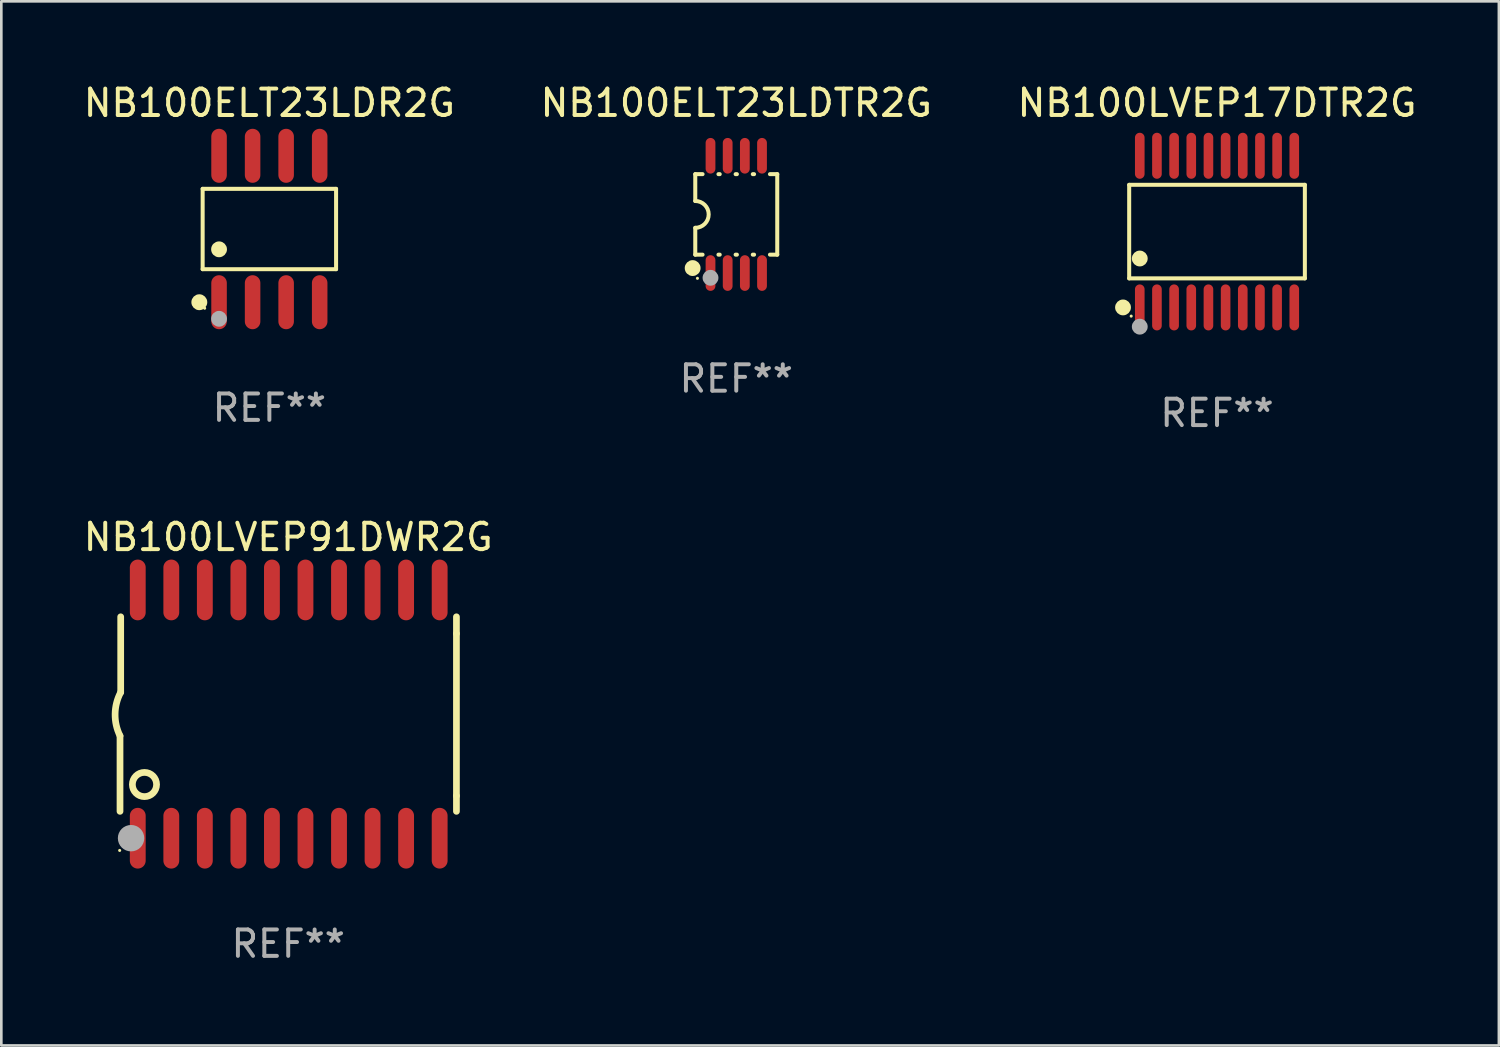
<source format=kicad_pcb>
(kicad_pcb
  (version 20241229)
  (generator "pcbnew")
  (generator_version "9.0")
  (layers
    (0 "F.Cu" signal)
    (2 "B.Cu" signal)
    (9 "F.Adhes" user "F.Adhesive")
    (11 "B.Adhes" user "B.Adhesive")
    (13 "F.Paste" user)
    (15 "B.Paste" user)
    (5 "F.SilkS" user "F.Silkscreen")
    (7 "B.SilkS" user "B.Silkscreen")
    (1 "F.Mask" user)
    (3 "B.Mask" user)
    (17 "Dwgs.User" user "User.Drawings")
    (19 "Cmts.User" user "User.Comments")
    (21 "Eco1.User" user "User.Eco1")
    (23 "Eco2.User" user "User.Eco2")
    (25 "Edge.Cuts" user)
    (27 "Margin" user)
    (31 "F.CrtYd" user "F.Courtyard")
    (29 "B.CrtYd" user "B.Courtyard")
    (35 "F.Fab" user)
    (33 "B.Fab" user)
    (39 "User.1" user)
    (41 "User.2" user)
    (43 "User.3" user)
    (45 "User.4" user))
  (footprint "NB100ELT23LDTR2G"
    (layer "F.Cu")
    (at 24.827 5.068)
    (property "Reference" "NB100ELT23LDTR2G" (at 0 -4.22 0) (layer "F.SilkS") (effects (font (size 1 1) (thickness 0.15))))
    (attr through_hole)
    (fp_line (start -1.552 -1.524) (end -1.276 -1.524) (stroke (width 0.152) (type solid)) (layer "F.SilkS"))
    (fp_line (start -1.552 -0.508) (end -1.552 -1.524) (stroke (width 0.152) (type solid)) (layer "F.SilkS"))
    (fp_line (start -1.552 1.524) (end -1.552 0.508) (stroke (width 0.152) (type solid)) (layer "F.SilkS"))
    (fp_line (start -1.552 1.524) (end -1.276 1.524) (stroke (width 0.152) (type solid)) (layer "F.SilkS"))
    (fp_line (start -0.674 -1.524) (end -0.626 -1.524) (stroke (width 0.152) (type solid)) (layer "F.SilkS"))
    (fp_line (start -0.674 1.524) (end -0.626 1.524) (stroke (width 0.152) (type solid)) (layer "F.SilkS"))
    (fp_line (start -0.024 -1.524) (end 0.024 -1.524) (stroke (width 0.152) (type solid)) (layer "F.SilkS"))
    (fp_line (start -0.024 1.524) (end 0.024 1.524) (stroke (width 0.152) (type solid)) (layer "F.SilkS"))
    (fp_line (start 0.626 -1.524) (end 0.674 -1.524) (stroke (width 0.152) (type solid)) (layer "F.SilkS"))
    (fp_line (start 0.626 1.524) (end 0.674 1.524) (stroke (width 0.152) (type solid)) (layer "F.SilkS"))
    (fp_line (start 1.276 1.524) (end 1.552 1.524) (stroke (width 0.152) (type solid)) (layer "F.SilkS"))
    (fp_line (start 1.276 -1.524) (end 1.552 -1.524) (stroke (width 0.152) (type solid)) (layer "F.SilkS"))
    (fp_line (start 1.552 -1.524) (end 1.552 1.524) (stroke (width 0.152) (type solid)) (layer "F.SilkS"))
    (fp_arc (start -1.551943 -0.508001) (mid -1.043942 0) (end -1.551943 0.508001) (stroke (width 0.151994) (type solid)) (layer "F.SilkS"))
    (fp_circle (center -1.651 2.032) (end -1.501 2.032) (stroke (width 0.3) (type solid)) (fill no) (layer "F.SilkS"))
    (fp_circle (center -1.47 2.42) (end -1.44 2.42) (stroke (width 0.06) (type solid)) (fill no) (layer "F.SilkS"))
    (fp_circle (center -0.975 2.4) (end -0.825 2.4) (stroke (width 0.3) (type solid)) (fill no) (layer "F.Fab"))
    (fp_text user "REF**" (at 0 6.22 0) (layer "F.Fab") (effects (font (size 1 1) (thickness 0.15))))
    (pad "1" smd oval (at -0.975 2.22) (size 0.37 1.35) (layers "F.Cu" "F.Mask" "F.Paste"))
    (pad "2" smd oval (at -0.325 2.22) (size 0.37 1.35) (layers "F.Cu" "F.Mask" "F.Paste"))
    (pad "3" smd oval (at 0.325 2.22) (size 0.37 1.35) (layers "F.Cu" "F.Mask" "F.Paste"))
    (pad "4" smd oval (at 0.975 2.22) (size 0.37 1.35) (layers "F.Cu" "F.Mask" "F.Paste"))
    (pad "5" smd oval (at 0.975 -2.22) (size 0.37 1.35) (layers "F.Cu" "F.Mask" "F.Paste"))
    (pad "6" smd oval (at 0.325 -2.22) (size 0.37 1.35) (layers "F.Cu" "F.Mask" "F.Paste"))
    (pad "7" smd oval (at -0.325 -2.22) (size 0.37 1.35) (layers "F.Cu" "F.Mask" "F.Paste"))
    (pad "8" smd oval (at -0.975 -2.22) (size 0.37 1.35) (layers "F.Cu" "F.Mask" "F.Paste")))
  (footprint "NB100LVEP17DTR2G"
    (layer "F.Cu")
    (at 43.03 5.719)
    (property "Reference" "NB100LVEP17DTR2G" (at 0 -4.871 0) (layer "F.SilkS") (effects (font (size 1 1) (thickness 0.15))))
    (attr through_hole)
    (fp_line (start -3.326 -1.771) (end 3.326 -1.771) (stroke (width 0.152) (type solid)) (layer "F.SilkS"))
    (fp_line (start -3.326 1.771) (end -3.326 -1.771) (stroke (width 0.152) (type solid)) (layer "F.SilkS"))
    (fp_line (start 3.326 -1.771) (end 3.326 1.771) (stroke (width 0.152) (type solid)) (layer "F.SilkS"))
    (fp_line (start 3.326 1.771) (end -3.326 1.771) (stroke (width 0.152) (type solid)) (layer "F.SilkS"))
    (fp_circle (center -3.559 2.871) (end -3.409 2.871) (stroke (width 0.3) (type solid)) (fill no) (layer "F.SilkS"))
    (fp_circle (center -3.25 3.2) (end -3.22 3.2) (stroke (width 0.06) (type solid)) (fill no) (layer "F.SilkS"))
    (fp_circle (center -2.925 1.019) (end -2.775 1.019) (stroke (width 0.3) (type solid)) (fill no) (layer "F.SilkS"))
    (fp_circle (center -2.925 3.6) (end -2.775 3.6) (stroke (width 0.3) (type solid)) (fill no) (layer "F.Fab"))
    (fp_text user "REF**" (at 0 6.871 0) (layer "F.Fab") (effects (font (size 1 1) (thickness 0.15))))
    (pad "1" smd oval (at -2.925 2.871) (size 0.364 1.742) (layers "F.Cu" "F.Mask" "F.Paste"))
    (pad "2" smd oval (at -2.275 2.871) (size 0.364 1.742) (layers "F.Cu" "F.Mask" "F.Paste"))
    (pad "3" smd oval (at -1.625 2.871) (size 0.364 1.742) (layers "F.Cu" "F.Mask" "F.Paste"))
    (pad "4" smd oval (at -0.975 2.871) (size 0.364 1.742) (layers "F.Cu" "F.Mask" "F.Paste"))
    (pad "5" smd oval (at -0.325 2.871) (size 0.364 1.742) (layers "F.Cu" "F.Mask" "F.Paste"))
    (pad "6" smd oval (at 0.325 2.871) (size 0.364 1.742) (layers "F.Cu" "F.Mask" "F.Paste"))
    (pad "7" smd oval (at 0.975 2.871) (size 0.364 1.742) (layers "F.Cu" "F.Mask" "F.Paste"))
    (pad "8" smd oval (at 1.625 2.871) (size 0.364 1.742) (layers "F.Cu" "F.Mask" "F.Paste"))
    (pad "9" smd oval (at 2.275 2.871) (size 0.364 1.742) (layers "F.Cu" "F.Mask" "F.Paste"))
    (pad "10" smd oval (at 2.925 2.871) (size 0.364 1.742) (layers "F.Cu" "F.Mask" "F.Paste"))
    (pad "11" smd oval (at 2.925 -2.871) (size 0.364 1.742) (layers "F.Cu" "F.Mask" "F.Paste"))
    (pad "12" smd oval (at 2.275 -2.871) (size 0.364 1.742) (layers "F.Cu" "F.Mask" "F.Paste"))
    (pad "13" smd oval (at 1.625 -2.871) (size 0.364 1.742) (layers "F.Cu" "F.Mask" "F.Paste"))
    (pad "14" smd oval (at 0.975 -2.871) (size 0.364 1.742) (layers "F.Cu" "F.Mask" "F.Paste"))
    (pad "15" smd oval (at 0.325 -2.871) (size 0.364 1.742) (layers "F.Cu" "F.Mask" "F.Paste"))
    (pad "16" smd oval (at -0.325 -2.871) (size 0.364 1.742) (layers "F.Cu" "F.Mask" "F.Paste"))
    (pad "17" smd oval (at -0.975 -2.871) (size 0.364 1.742) (layers "F.Cu" "F.Mask" "F.Paste"))
    (pad "18" smd oval (at -1.625 -2.871) (size 0.364 1.742) (layers "F.Cu" "F.Mask" "F.Paste"))
    (pad "19" smd oval (at -2.275 -2.871) (size 0.364 1.742) (layers "F.Cu" "F.Mask" "F.Paste"))
    (pad "20" smd oval (at -2.925 -2.871) (size 0.364 1.742) (layers "F.Cu" "F.Mask" "F.Paste")))
  (footprint "NB100LVEP91DWR2G"
    (layer "F.Cu")
    (at 7.863 23.987)
    (property "Reference" "NB100LVEP91DWR2G" (at 0 -6.7 0) (layer "F.SilkS") (effects (font (size 1 1) (thickness 0.15))))
    (attr through_hole)
    (fp_line (start -6.369 0.826) (end -6.369 3.683) (stroke (width 0.254) (type solid)) (layer "F.SilkS"))
    (fp_line (start -6.343 -0.825) (end -6.343 -3.683) (stroke (width 0.254) (type solid)) (layer "F.SilkS"))
    (fp_line (start 6.369 -3.048) (end 6.369 -3.683) (stroke (width 0.254) (type solid)) (layer "F.SilkS"))
    (fp_line (start 6.369 -3.048) (end 6.369 3.096) (stroke (width 0.254) (type solid)) (layer "F.SilkS"))
    (fp_line (start 6.369 3.096) (end 6.369 3.683) (stroke (width 0.254) (type solid)) (layer "F.SilkS"))
    (fp_arc (start -6.36853 0.825552) (mid -6.554743 -0.00301) (end -6.343129 -0.825451) (stroke (width 0.254001) (type solid)) (layer "F.SilkS"))
    (fp_circle (center -6.382 5.163) (end -6.352 5.163) (stroke (width 0.06) (type solid)) (fill no) (layer "F.SilkS"))
    (fp_circle (center -5.443 2.667) (end -4.985 2.667) (stroke (width 0.254) (type solid)) (fill no) (layer "F.SilkS"))
    (fp_circle (center -5.951 4.699) (end -5.701 4.699) (stroke (width 0.5) (type solid)) (fill no) (layer "F.Fab"))
    (fp_text user "REF**" (at 0 8.7 0) (layer "F.Fab") (effects (font (size 1 1) (thickness 0.15))))
    (pad "1" smd oval (at -5.697 4.7 180) (size 0.6 2.3) (layers "F.Cu" "F.Mask" "F.Paste"))
    (pad "2" smd oval (at -4.427 4.7 180) (size 0.6 2.3) (layers "F.Cu" "F.Mask" "F.Paste"))
    (pad "3" smd oval (at -3.157 4.7 180) (size 0.6 2.3) (layers "F.Cu" "F.Mask" "F.Paste"))
    (pad "4" smd oval (at -1.887 4.7 180) (size 0.6 2.3) (layers "F.Cu" "F.Mask" "F.Paste"))
    (pad "5" smd oval (at -0.617 4.7 180) (size 0.6 2.3) (layers "F.Cu" "F.Mask" "F.Paste"))
    (pad "6" smd oval (at 0.653 4.7 180) (size 0.6 2.3) (layers "F.Cu" "F.Mask" "F.Paste"))
    (pad "7" smd oval (at 1.923 4.7 180) (size 0.6 2.3) (layers "F.Cu" "F.Mask" "F.Paste"))
    (pad "8" smd oval (at 3.193 4.7 180) (size 0.6 2.3) (layers "F.Cu" "F.Mask" "F.Paste"))
    (pad "9" smd oval (at 4.463 4.7 180) (size 0.6 2.3) (layers "F.Cu" "F.Mask" "F.Paste"))
    (pad "10" smd oval (at 5.734 4.7 180) (size 0.6 2.3) (layers "F.Cu" "F.Mask" "F.Paste"))
    (pad "11" smd oval (at 5.734 -4.7 180) (size 0.6 2.3) (layers "F.Cu" "F.Mask" "F.Paste"))
    (pad "12" smd oval (at 4.463 -4.7 180) (size 0.6 2.3) (layers "F.Cu" "F.Mask" "F.Paste"))
    (pad "13" smd oval (at 3.193 -4.7 180) (size 0.6 2.3) (layers "F.Cu" "F.Mask" "F.Paste"))
    (pad "14" smd oval (at 1.923 -4.7 180) (size 0.6 2.3) (layers "F.Cu" "F.Mask" "F.Paste"))
    (pad "15" smd oval (at 0.653 -4.7 180) (size 0.6 2.3) (layers "F.Cu" "F.Mask" "F.Paste"))
    (pad "16" smd oval (at -0.617 -4.7 180) (size 0.6 2.3) (layers "F.Cu" "F.Mask" "F.Paste"))
    (pad "17" smd oval (at -1.887 -4.7 180) (size 0.6 2.3) (layers "F.Cu" "F.Mask" "F.Paste"))
    (pad "18" smd oval (at -3.157 -4.7 180) (size 0.6 2.3) (layers "F.Cu" "F.Mask" "F.Paste"))
    (pad "19" smd oval (at -4.427 -4.7 180) (size 0.6 2.3) (layers "F.Cu" "F.Mask" "F.Paste"))
    (pad "20" smd oval (at -5.697 -4.7 180) (size 0.6 2.3) (layers "F.Cu" "F.Mask" "F.Paste")))
  (footprint "NB100ELT23LDR2G"
    (layer "F.Cu")
    (at 7.149 5.621)
    (property "Reference" "NB100ELT23LDR2G" (at 0 -4.772 0) (layer "F.SilkS") (effects (font (size 1 1) (thickness 0.15))))
    (attr through_hole)
    (fp_line (start -2.526 -1.521) (end 2.526 -1.521) (stroke (width 0.152) (type solid)) (layer "F.SilkS"))
    (fp_line (start -2.526 1.521) (end -2.526 -1.521) (stroke (width 0.152) (type solid)) (layer "F.SilkS"))
    (fp_line (start 2.526 -1.521) (end 2.526 1.521) (stroke (width 0.152) (type solid)) (layer "F.SilkS"))
    (fp_line (start 2.526 1.521) (end -2.526 1.521) (stroke (width 0.152) (type solid)) (layer "F.SilkS"))
    (fp_circle (center -2.652 2.772) (end -2.501 2.772) (stroke (width 0.3) (type solid)) (fill no) (layer "F.SilkS"))
    (fp_circle (center -2.45 3) (end -2.42 3) (stroke (width 0.06) (type solid)) (fill no) (layer "F.SilkS"))
    (fp_circle (center -1.905 0.769) (end -1.755 0.769) (stroke (width 0.3) (type solid)) (fill no) (layer "F.SilkS"))
    (fp_circle (center -1.905 3.4) (end -1.755 3.4) (stroke (width 0.3) (type solid)) (fill no) (layer "F.Fab"))
    (fp_text user "REF**" (at 0 6.772 0) (layer "F.Fab") (effects (font (size 1 1) (thickness 0.15))))
    (pad "1" smd oval (at -1.905 2.772) (size 0.588 2.045) (layers "F.Cu" "F.Mask" "F.Paste"))
    (pad "2" smd oval (at -0.635 2.772) (size 0.588 2.045) (layers "F.Cu" "F.Mask" "F.Paste"))
    (pad "3" smd oval (at 0.635 2.772) (size 0.588 2.045) (layers "F.Cu" "F.Mask" "F.Paste"))
    (pad "4" smd oval (at 1.905 2.772) (size 0.588 2.045) (layers "F.Cu" "F.Mask" "F.Paste"))
    (pad "5" smd oval (at 1.905 -2.772) (size 0.588 2.045) (layers "F.Cu" "F.Mask" "F.Paste"))
    (pad "6" smd oval (at 0.635 -2.772) (size 0.588 2.045) (layers "F.Cu" "F.Mask" "F.Paste"))
    (pad "7" smd oval (at -0.635 -2.772) (size 0.588 2.045) (layers "F.Cu" "F.Mask" "F.Paste"))
    (pad "8" smd oval (at -1.905 -2.772) (size 0.588 2.045) (layers "F.Cu" "F.Mask" "F.Paste")))
  (gr_rect
    (start -3 -3)
    (end 53.702 36.535)
    (stroke (width 0.1) (type default))
    (fill no)
    (layer "Edge.Cuts")))
</source>
